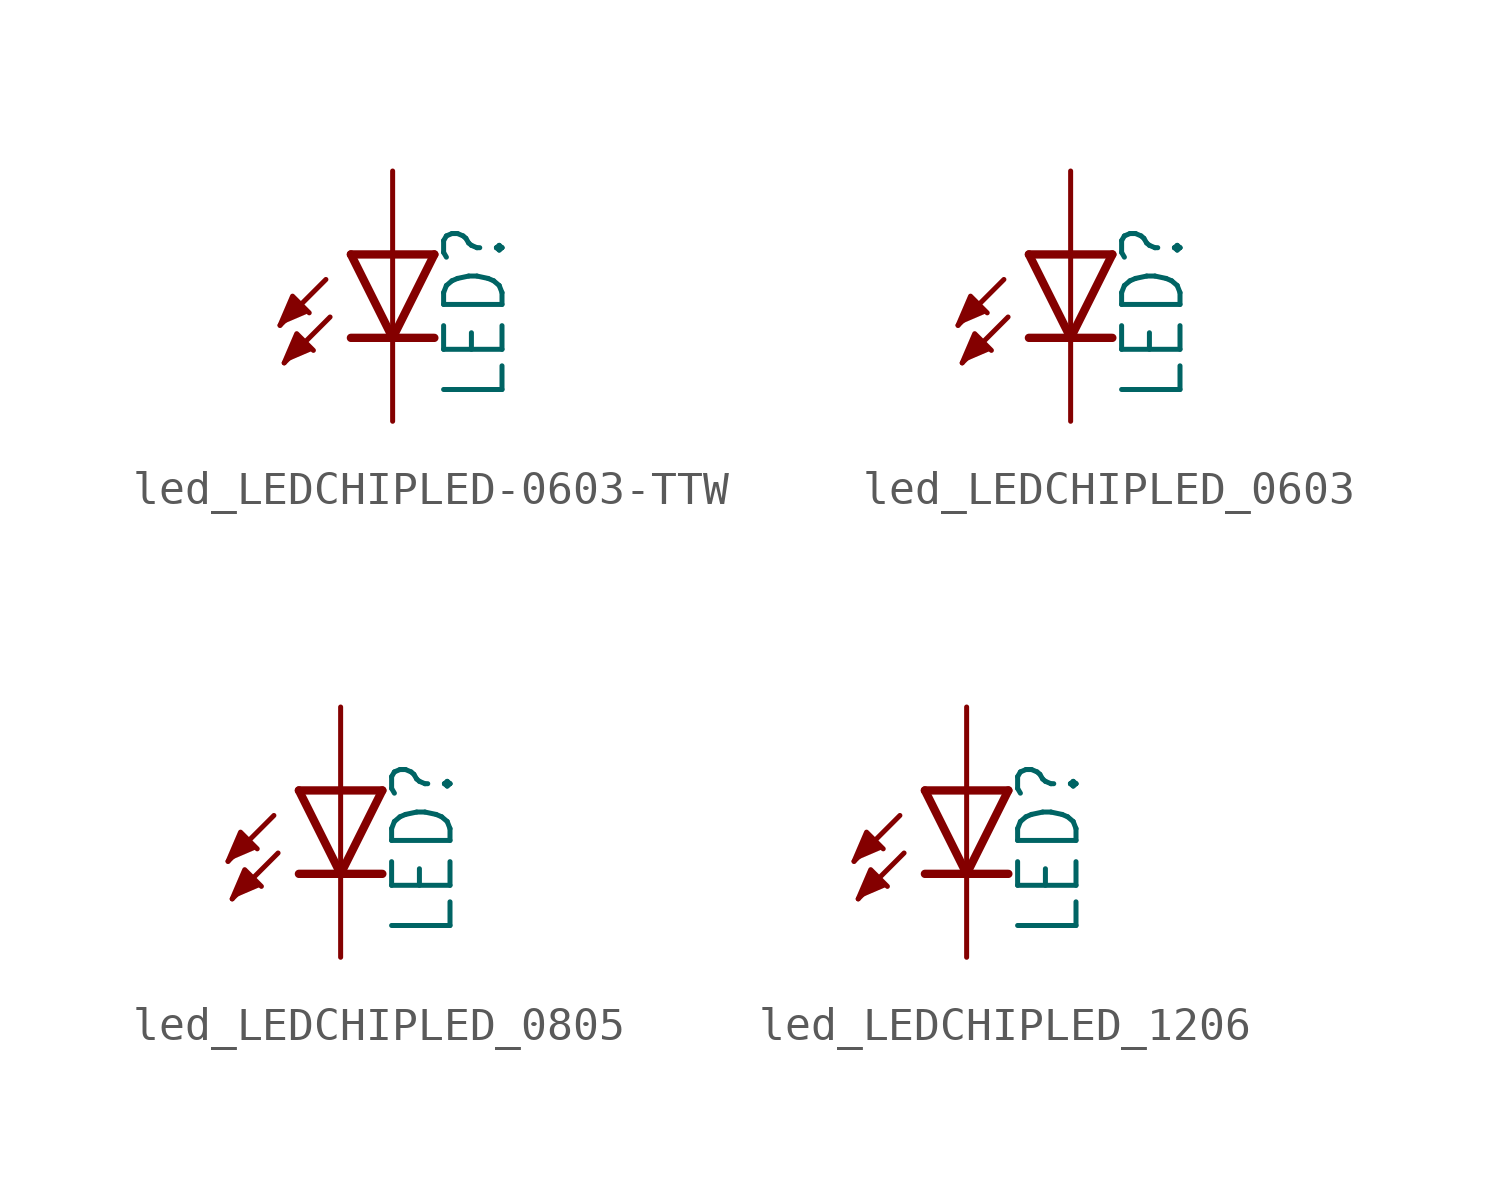
<source format=kicad_sym>
(kicad_symbol_lib
  (version 20231120)
  (generator "kicad_symbol_editor")
  (generator_version "8.0")
  (symbol "led_LEDCHIPLED-0603-TTW"
    (property "Reference" "LED"
      (at 3.556 -4.572 90)
      (effects (font (size 1.778 1.511)) (justify left bottom)))
    (property "Value" ""
      (at 5.715 -4.572 90)
      (effects (font (size 1.778 1.511)) (justify left bottom)))
    (property "ki_locked" ""
      (at 0 0 0)
      (effects (font (size 1.27 1.27))))
    (symbol "led_LEDCHIPLED-0603-TTW_1_0"
      (polyline (pts (xy -2.032 -0.762) (xy -3.429 -2.159)) (stroke (width 0.152) (type solid)) (fill (type none)))
      (polyline (pts (xy -1.905 -1.905) (xy -3.302 -3.302)) (stroke (width 0.152) (type solid)) (fill (type none)))
      (polyline (pts (xy 0 -2.54) (xy -1.27 -2.54)) (stroke (width 0.254) (type solid)) (fill (type none)))
      (polyline (pts (xy 0 -2.54) (xy -1.27 0)) (stroke (width 0.254) (type solid)) (fill (type none)))
      (polyline (pts (xy 0 0) (xy -1.27 0)) (stroke (width 0.254) (type solid)) (fill (type none)))
      (polyline (pts (xy 0 0) (xy 0 -2.54)) (stroke (width 0.152) (type solid)) (fill (type none)))
      (polyline (pts (xy 1.27 -2.54) (xy 0 -2.54)) (stroke (width 0.254) (type solid)) (fill (type none)))
      (polyline (pts (xy 1.27 0) (xy 0 -2.54)) (stroke (width 0.254) (type solid)) (fill (type none)))
      (polyline (pts (xy 1.27 0) (xy 0 0)) (stroke (width 0.254) (type solid)) (fill (type none)))
      (polyline (pts (xy -3.429 -2.159) (xy -3.048 -1.27) (xy -2.54 -1.778)) (stroke (width 0.152) (type solid)) (fill (type outline)))
      (polyline (pts (xy -3.302 -3.302) (xy -2.921 -2.413) (xy -2.413 -2.921)) (stroke (width 0.152) (type solid)) (fill (type outline)))
      (pin passive line (at 0 2.54 270) (length 2.54) (name "A" (effects (font (size 0 0)))) (number "A@1" (effects (font (size 0 0)))))
      (pin passive line (at 0 -5.08 90) (length 2.54) (name "C" (effects (font (size 0 0)))) (number "C@1" (effects (font (size 0 0)))))))
  (symbol "led_LEDCHIPLED_0603"
    (property "Reference" "LED"
      (at 3.556 -4.572 90)
      (effects (font (size 1.778 1.511)) (justify left bottom)))
    (property "Value" ""
      (at 5.715 -4.572 90)
      (effects (font (size 1.778 1.511)) (justify left bottom)))
    (property "ki_locked" ""
      (at 0 0 0)
      (effects (font (size 1.27 1.27))))
    (symbol "led_LEDCHIPLED_0603_1_0"
      (polyline (pts (xy -2.032 -0.762) (xy -3.429 -2.159)) (stroke (width 0.152) (type solid)) (fill (type none)))
      (polyline (pts (xy -1.905 -1.905) (xy -3.302 -3.302)) (stroke (width 0.152) (type solid)) (fill (type none)))
      (polyline (pts (xy 0 -2.54) (xy -1.27 -2.54)) (stroke (width 0.254) (type solid)) (fill (type none)))
      (polyline (pts (xy 0 -2.54) (xy -1.27 0)) (stroke (width 0.254) (type solid)) (fill (type none)))
      (polyline (pts (xy 0 0) (xy -1.27 0)) (stroke (width 0.254) (type solid)) (fill (type none)))
      (polyline (pts (xy 0 0) (xy 0 -2.54)) (stroke (width 0.152) (type solid)) (fill (type none)))
      (polyline (pts (xy 1.27 -2.54) (xy 0 -2.54)) (stroke (width 0.254) (type solid)) (fill (type none)))
      (polyline (pts (xy 1.27 0) (xy 0 -2.54)) (stroke (width 0.254) (type solid)) (fill (type none)))
      (polyline (pts (xy 1.27 0) (xy 0 0)) (stroke (width 0.254) (type solid)) (fill (type none)))
      (polyline (pts (xy -3.429 -2.159) (xy -3.048 -1.27) (xy -2.54 -1.778)) (stroke (width 0.152) (type solid)) (fill (type outline)))
      (polyline (pts (xy -3.302 -3.302) (xy -2.921 -2.413) (xy -2.413 -2.921)) (stroke (width 0.152) (type solid)) (fill (type outline)))
      (pin passive line (at 0 2.54 270) (length 2.54) (name "A" (effects (font (size 0 0)))) (number "A" (effects (font (size 0 0)))))
      (pin passive line (at 0 -5.08 90) (length 2.54) (name "C" (effects (font (size 0 0)))) (number "C" (effects (font (size 0 0)))))))
  (symbol "led_LEDCHIPLED_0805"
    (property "Reference" "LED"
      (at 3.556 -4.572 90)
      (effects (font (size 1.778 1.511)) (justify left bottom)))
    (property "Value" ""
      (at 5.715 -4.572 90)
      (effects (font (size 1.778 1.511)) (justify left bottom)))
    (property "ki_locked" ""
      (at 0 0 0)
      (effects (font (size 1.27 1.27))))
    (symbol "led_LEDCHIPLED_0805_1_0"
      (polyline (pts (xy -2.032 -0.762) (xy -3.429 -2.159)) (stroke (width 0.152) (type solid)) (fill (type none)))
      (polyline (pts (xy -1.905 -1.905) (xy -3.302 -3.302)) (stroke (width 0.152) (type solid)) (fill (type none)))
      (polyline (pts (xy 0 -2.54) (xy -1.27 -2.54)) (stroke (width 0.254) (type solid)) (fill (type none)))
      (polyline (pts (xy 0 -2.54) (xy -1.27 0)) (stroke (width 0.254) (type solid)) (fill (type none)))
      (polyline (pts (xy 0 0) (xy -1.27 0)) (stroke (width 0.254) (type solid)) (fill (type none)))
      (polyline (pts (xy 0 0) (xy 0 -2.54)) (stroke (width 0.152) (type solid)) (fill (type none)))
      (polyline (pts (xy 1.27 -2.54) (xy 0 -2.54)) (stroke (width 0.254) (type solid)) (fill (type none)))
      (polyline (pts (xy 1.27 0) (xy 0 -2.54)) (stroke (width 0.254) (type solid)) (fill (type none)))
      (polyline (pts (xy 1.27 0) (xy 0 0)) (stroke (width 0.254) (type solid)) (fill (type none)))
      (polyline (pts (xy -3.429 -2.159) (xy -3.048 -1.27) (xy -2.54 -1.778)) (stroke (width 0.152) (type solid)) (fill (type outline)))
      (polyline (pts (xy -3.302 -3.302) (xy -2.921 -2.413) (xy -2.413 -2.921)) (stroke (width 0.152) (type solid)) (fill (type outline)))
      (pin passive line (at 0 2.54 270) (length 2.54) (name "A" (effects (font (size 0 0)))) (number "A" (effects (font (size 0 0)))))
      (pin passive line (at 0 -5.08 90) (length 2.54) (name "C" (effects (font (size 0 0)))) (number "C" (effects (font (size 0 0)))))))
  (symbol "led_LEDCHIPLED_1206"
    (property "Reference" "LED"
      (at 3.556 -4.572 90)
      (effects (font (size 1.778 1.511)) (justify left bottom)))
    (property "Value" ""
      (at 5.715 -4.572 90)
      (effects (font (size 1.778 1.511)) (justify left bottom)))
    (property "ki_locked" ""
      (at 0 0 0)
      (effects (font (size 1.27 1.27))))
    (symbol "led_LEDCHIPLED_1206_1_0"
      (polyline (pts (xy -2.032 -0.762) (xy -3.429 -2.159)) (stroke (width 0.152) (type solid)) (fill (type none)))
      (polyline (pts (xy -1.905 -1.905) (xy -3.302 -3.302)) (stroke (width 0.152) (type solid)) (fill (type none)))
      (polyline (pts (xy 0 -2.54) (xy -1.27 -2.54)) (stroke (width 0.254) (type solid)) (fill (type none)))
      (polyline (pts (xy 0 -2.54) (xy -1.27 0)) (stroke (width 0.254) (type solid)) (fill (type none)))
      (polyline (pts (xy 0 0) (xy -1.27 0)) (stroke (width 0.254) (type solid)) (fill (type none)))
      (polyline (pts (xy 0 0) (xy 0 -2.54)) (stroke (width 0.152) (type solid)) (fill (type none)))
      (polyline (pts (xy 1.27 -2.54) (xy 0 -2.54)) (stroke (width 0.254) (type solid)) (fill (type none)))
      (polyline (pts (xy 1.27 0) (xy 0 -2.54)) (stroke (width 0.254) (type solid)) (fill (type none)))
      (polyline (pts (xy 1.27 0) (xy 0 0)) (stroke (width 0.254) (type solid)) (fill (type none)))
      (polyline (pts (xy -3.429 -2.159) (xy -3.048 -1.27) (xy -2.54 -1.778)) (stroke (width 0.152) (type solid)) (fill (type outline)))
      (polyline (pts (xy -3.302 -3.302) (xy -2.921 -2.413) (xy -2.413 -2.921)) (stroke (width 0.152) (type solid)) (fill (type outline)))
      (pin passive line (at 0 2.54 270) (length 2.54) (name "A" (effects (font (size 0 0)))) (number "A" (effects (font (size 0 0)))))
      (pin passive line (at 0 -5.08 90) (length 2.54) (name "C" (effects (font (size 0 0)))) (number "C" (effects (font (size 0 0))))))))
</source>
